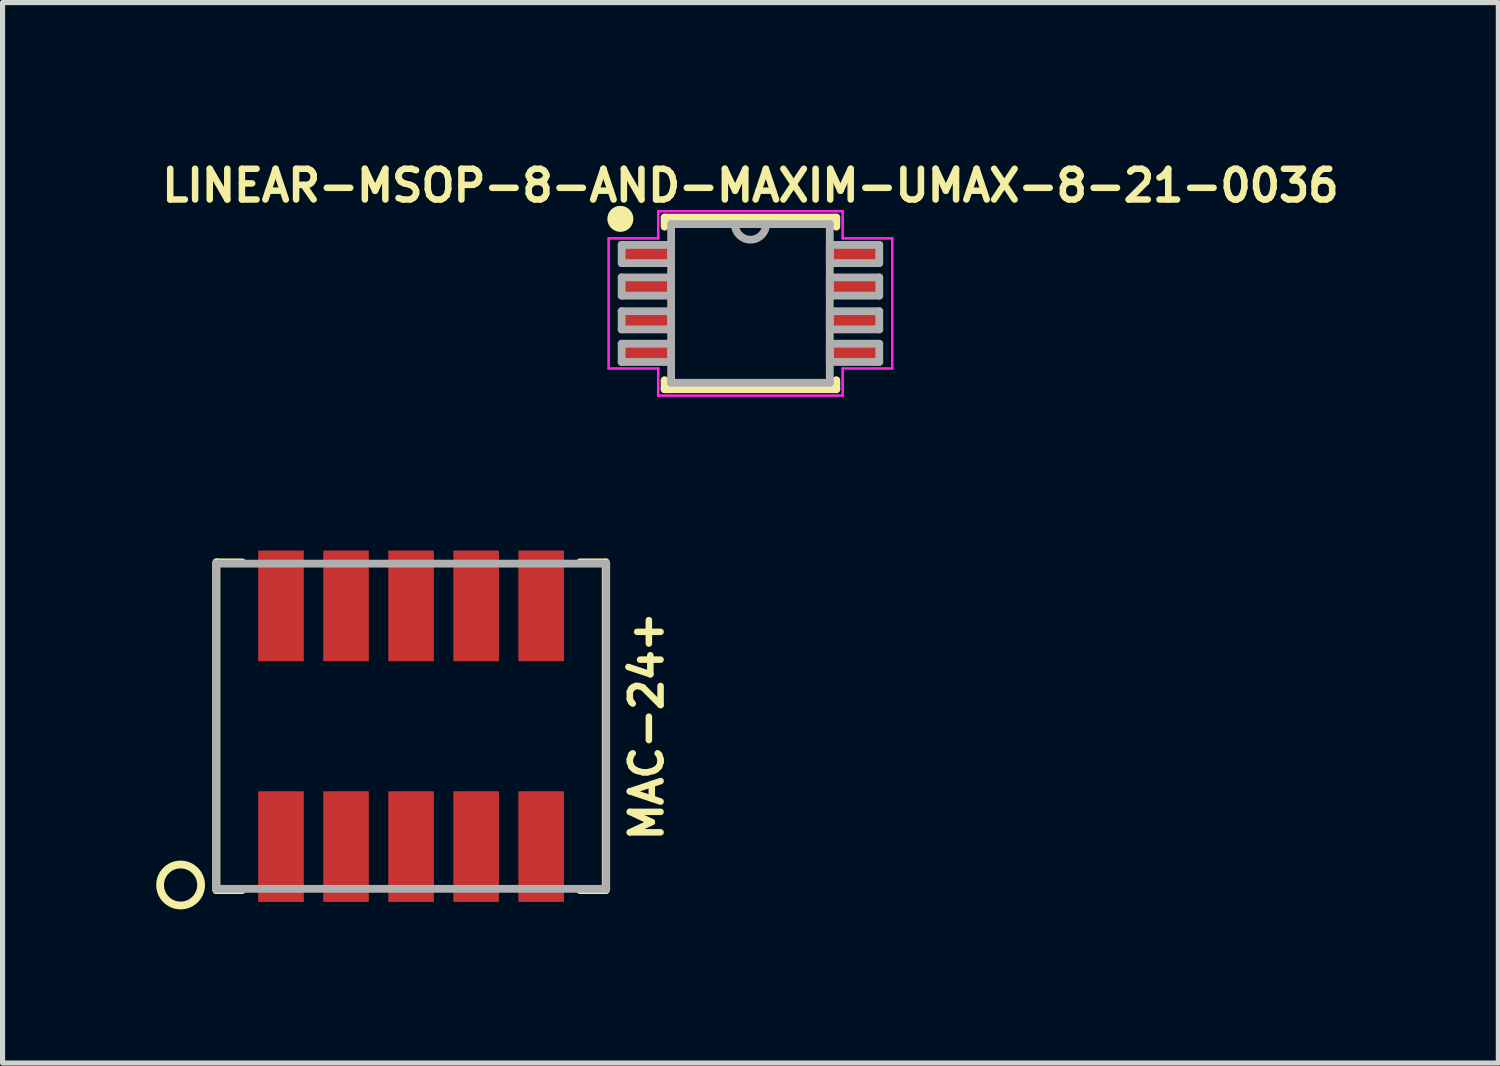
<source format=kicad_pcb>
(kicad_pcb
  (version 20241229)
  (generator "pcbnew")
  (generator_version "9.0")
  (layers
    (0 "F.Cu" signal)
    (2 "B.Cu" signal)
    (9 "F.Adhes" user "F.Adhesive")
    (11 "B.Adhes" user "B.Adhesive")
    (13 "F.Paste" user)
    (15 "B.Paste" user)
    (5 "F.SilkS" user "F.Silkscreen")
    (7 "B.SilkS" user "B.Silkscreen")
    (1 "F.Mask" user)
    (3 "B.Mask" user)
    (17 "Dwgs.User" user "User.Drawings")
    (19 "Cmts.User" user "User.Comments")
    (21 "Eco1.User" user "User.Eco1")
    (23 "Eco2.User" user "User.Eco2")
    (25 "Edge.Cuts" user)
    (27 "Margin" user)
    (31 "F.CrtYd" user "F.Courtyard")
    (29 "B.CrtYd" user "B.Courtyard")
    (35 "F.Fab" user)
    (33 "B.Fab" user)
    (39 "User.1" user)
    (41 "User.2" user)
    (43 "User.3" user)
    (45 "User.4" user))
  (footprint "LINEAR-MSOP-8-AND-MAXIM-UMAX-8-21-0036"
    (layer "F.Cu")
    (at 11.602 2.874)
    (property "Reference" "LINEAR-MSOP-8-AND-MAXIM-UMAX-8-21-0036" (at 0 -2.3 0) (layer "F.SilkS") (effects (font (size 0.6 0.6) (thickness 0.127) (bold yes))))
    (fp_line (start -1.676 -1.676) (end -1.676 -1.499) (stroke (width 0.152) (type solid)) (layer "F.SilkS"))
    (fp_line (start -1.676 1.499) (end -1.676 1.676) (stroke (width 0.152) (type solid)) (layer "F.SilkS"))
    (fp_line (start -1.676 1.676) (end 1.676 1.676) (stroke (width 0.152) (type solid)) (layer "F.SilkS"))
    (fp_line (start 1.676 -1.676) (end -1.676 -1.676) (stroke (width 0.152) (type solid)) (layer "F.SilkS"))
    (fp_line (start 1.676 -1.499) (end 1.676 -1.676) (stroke (width 0.152) (type solid)) (layer "F.SilkS"))
    (fp_line (start 1.676 1.676) (end 1.676 1.499) (stroke (width 0.152) (type solid)) (layer "F.SilkS"))
    (fp_circle (center -2.54 -1.651) (end -2.413 -1.651) (stroke (width 0.254) (type solid)) (fill yes) (layer "F.SilkS"))
    (fp_line (start -2.769 -1.27) (end -1.8 -1.27) (stroke (width 0.05) (type solid)) (layer "F.CrtYd"))
    (fp_line (start -2.769 1.27) (end -2.769 -1.27) (stroke (width 0.05) (type solid)) (layer "F.CrtYd"))
    (fp_line (start -2.769 1.27) (end -1.8 1.27) (stroke (width 0.05) (type solid)) (layer "F.CrtYd"))
    (fp_line (start -1.8 -1.8) (end 1.8 -1.8) (stroke (width 0.05) (type solid)) (layer "F.CrtYd"))
    (fp_line (start -1.8 -1.27) (end -1.8 -1.8) (stroke (width 0.05) (type solid)) (layer "F.CrtYd"))
    (fp_line (start -1.8 1.8) (end -1.8 1.27) (stroke (width 0.05) (type solid)) (layer "F.CrtYd"))
    (fp_line (start 1.8 -1.8) (end 1.8 -1.27) (stroke (width 0.05) (type solid)) (layer "F.CrtYd"))
    (fp_line (start 1.8 1.27) (end 1.8 1.8) (stroke (width 0.05) (type solid)) (layer "F.CrtYd"))
    (fp_line (start 1.8 1.8) (end -1.8 1.8) (stroke (width 0.05) (type solid)) (layer "F.CrtYd"))
    (fp_line (start 2.769 -1.27) (end 1.8 -1.27) (stroke (width 0.05) (type solid)) (layer "F.CrtYd"))
    (fp_line (start 2.769 -1.27) (end 2.769 1.27) (stroke (width 0.05) (type solid)) (layer "F.CrtYd"))
    (fp_line (start 2.769 1.27) (end 1.8 1.27) (stroke (width 0.05) (type solid)) (layer "F.CrtYd"))
    (fp_line (start -2.515 -1.143) (end -2.515 -0.787) (stroke (width 0.152) (type solid)) (layer "F.Fab"))
    (fp_line (start -2.515 -0.787) (end -1.549 -0.787) (stroke (width 0.152) (type solid)) (layer "F.Fab"))
    (fp_line (start -2.515 -0.508) (end -2.515 -0.152) (stroke (width 0.152) (type solid)) (layer "F.Fab"))
    (fp_line (start -2.515 -0.152) (end -1.549 -0.152) (stroke (width 0.152) (type solid)) (layer "F.Fab"))
    (fp_line (start -2.515 0.152) (end -2.515 0.508) (stroke (width 0.152) (type solid)) (layer "F.Fab"))
    (fp_line (start -2.515 0.508) (end -1.549 0.508) (stroke (width 0.152) (type solid)) (layer "F.Fab"))
    (fp_line (start -2.515 0.787) (end -2.515 1.143) (stroke (width 0.152) (type solid)) (layer "F.Fab"))
    (fp_line (start -2.515 1.143) (end -1.549 1.143) (stroke (width 0.152) (type solid)) (layer "F.Fab"))
    (fp_line (start -1.549 -1.549) (end -1.549 1.549) (stroke (width 0.152) (type solid)) (layer "F.Fab"))
    (fp_line (start -1.549 -1.143) (end -2.515 -1.143) (stroke (width 0.152) (type solid)) (layer "F.Fab"))
    (fp_line (start -1.549 -0.787) (end -1.549 -1.143) (stroke (width 0.152) (type solid)) (layer "F.Fab"))
    (fp_line (start -1.549 -0.508) (end -2.515 -0.508) (stroke (width 0.152) (type solid)) (layer "F.Fab"))
    (fp_line (start -1.549 -0.152) (end -1.549 -0.508) (stroke (width 0.152) (type solid)) (layer "F.Fab"))
    (fp_line (start -1.549 0.152) (end -2.515 0.152) (stroke (width 0.152) (type solid)) (layer "F.Fab"))
    (fp_line (start -1.549 0.508) (end -1.549 0.152) (stroke (width 0.152) (type solid)) (layer "F.Fab"))
    (fp_line (start -1.549 0.787) (end -2.515 0.787) (stroke (width 0.152) (type solid)) (layer "F.Fab"))
    (fp_line (start -1.549 1.143) (end -1.549 0.787) (stroke (width 0.152) (type solid)) (layer "F.Fab"))
    (fp_line (start -1.549 1.549) (end 1.549 1.549) (stroke (width 0.152) (type solid)) (layer "F.Fab"))
    (fp_line (start -0.305 -1.549) (end -1.549 -1.549) (stroke (width 0.152) (type solid)) (layer "F.Fab"))
    (fp_line (start 0.305 -1.549) (end -0.305 -1.549) (stroke (width 0.152) (type solid)) (layer "F.Fab"))
    (fp_line (start 1.549 -1.549) (end 0.305 -1.549) (stroke (width 0.152) (type solid)) (layer "F.Fab"))
    (fp_line (start 1.549 -1.143) (end 1.549 -0.787) (stroke (width 0.152) (type solid)) (layer "F.Fab"))
    (fp_line (start 1.549 -0.787) (end 2.515 -0.787) (stroke (width 0.152) (type solid)) (layer "F.Fab"))
    (fp_line (start 1.549 -0.508) (end 1.549 -0.152) (stroke (width 0.152) (type solid)) (layer "F.Fab"))
    (fp_line (start 1.549 -0.152) (end 2.515 -0.152) (stroke (width 0.152) (type solid)) (layer "F.Fab"))
    (fp_line (start 1.549 0.152) (end 1.549 0.508) (stroke (width 0.152) (type solid)) (layer "F.Fab"))
    (fp_line (start 1.549 0.508) (end 2.515 0.508) (stroke (width 0.152) (type solid)) (layer "F.Fab"))
    (fp_line (start 1.549 0.787) (end 1.549 1.143) (stroke (width 0.152) (type solid)) (layer "F.Fab"))
    (fp_line (start 1.549 1.143) (end 2.515 1.143) (stroke (width 0.152) (type solid)) (layer "F.Fab"))
    (fp_line (start 1.549 1.549) (end 1.549 -1.549) (stroke (width 0.152) (type solid)) (layer "F.Fab"))
    (fp_line (start 2.515 -1.143) (end 1.549 -1.143) (stroke (width 0.152) (type solid)) (layer "F.Fab"))
    (fp_line (start 2.515 -0.787) (end 2.515 -1.143) (stroke (width 0.152) (type solid)) (layer "F.Fab"))
    (fp_line (start 2.515 -0.508) (end 1.549 -0.508) (stroke (width 0.152) (type solid)) (layer "F.Fab"))
    (fp_line (start 2.515 -0.152) (end 2.515 -0.508) (stroke (width 0.152) (type solid)) (layer "F.Fab"))
    (fp_line (start 2.515 0.152) (end 1.549 0.152) (stroke (width 0.152) (type solid)) (layer "F.Fab"))
    (fp_line (start 2.515 0.508) (end 2.515 0.152) (stroke (width 0.152) (type solid)) (layer "F.Fab"))
    (fp_line (start 2.515 0.787) (end 1.549 0.787) (stroke (width 0.152) (type solid)) (layer "F.Fab"))
    (fp_line (start 2.515 1.143) (end 2.515 0.787) (stroke (width 0.152) (type solid)) (layer "F.Fab"))
    (fp_arc (start 0.3048 -1.5494) (mid 0 -1.2446) (end -0.3048 -1.5494) (stroke (width 0.1524) (type solid)) (layer "F.Fab"))
    (pad "1" smd rect (at -2.05 -0.975) (size 0.9 0.42) (layers "F.Cu" "F.Mask" "F.Paste"))
    (pad "2" smd rect (at -2.05 -0.325) (size 0.9 0.42) (layers "F.Cu" "F.Mask" "F.Paste"))
    (pad "3" smd rect (at -2.05 0.325) (size 0.9 0.42) (layers "F.Cu" "F.Mask" "F.Paste"))
    (pad "4" smd rect (at -2.05 0.975) (size 0.9 0.42) (layers "F.Cu" "F.Mask" "F.Paste"))
    (pad "5" smd rect (at 2.05 0.975) (size 0.9 0.42) (layers "F.Cu" "F.Mask" "F.Paste"))
    (pad "6" smd rect (at 2.05 0.325) (size 0.9 0.42) (layers "F.Cu" "F.Mask" "F.Paste"))
    (pad "7" smd rect (at 2.05 -0.325) (size 0.9 0.42) (layers "F.Cu" "F.Mask" "F.Paste"))
    (pad "8" smd rect (at 2.05 -0.975) (size 0.9 0.42) (layers "F.Cu" "F.Mask" "F.Paste")))
  (footprint "MAC-24+"
    (layer "F.Cu")
    (at 4.976 11.129)
    (property "Reference" "MAC-24+" (at 4.6 0 90) (layer "F.SilkS") (effects (font (size 0.6 0.6) (thickness 0.127) (bold yes))))
    (fp_line (start -3.8 -3.2) (end -3.8 3.2) (stroke (width 0.152) (type solid)) (layer "F.SilkS"))
    (fp_line (start -3.8 3.2) (end -3.3 3.2) (stroke (width 0.152) (type solid)) (layer "F.SilkS"))
    (fp_line (start -3.3 -3.2) (end -3.8 -3.2) (stroke (width 0.152) (type solid)) (layer "F.SilkS"))
    (fp_line (start 3.3 -3.2) (end 3.8 -3.2) (stroke (width 0.152) (type solid)) (layer "F.SilkS"))
    (fp_line (start 3.8 -3.2) (end 3.8 3.2) (stroke (width 0.152) (type solid)) (layer "F.SilkS"))
    (fp_line (start 3.8 3.2) (end 3.3 3.2) (stroke (width 0.152) (type solid)) (layer "F.SilkS"))
    (fp_circle (center -4.5 3.1) (end -4.1 3.1) (stroke (width 0.152) (type solid)) (fill no) (layer "F.SilkS"))
    (fp_poly (pts (xy -2.85 -1.4) (xy -2.2 -1.4) (xy -2.2 -3.35) (xy -2.85 -3.35)) (stroke (width 0) (type default)) (fill yes) (layer "F.Paste"))
    (fp_poly (pts (xy -2.23 1.4) (xy -2.88 1.4) (xy -2.88 3.35) (xy -2.23 3.35)) (stroke (width 0) (type default)) (fill yes) (layer "F.Paste"))
    (fp_poly (pts (xy -1.58 -1.4) (xy -0.93 -1.4) (xy -0.93 -3.35) (xy -1.58 -3.35)) (stroke (width 0) (type default)) (fill yes) (layer "F.Paste"))
    (fp_poly (pts (xy -0.96 1.4) (xy -1.61 1.4) (xy -1.61 3.35) (xy -0.96 3.35)) (stroke (width 0) (type default)) (fill yes) (layer "F.Paste"))
    (fp_poly (pts (xy -0.31 -1.4) (xy 0.34 -1.4) (xy 0.34 -3.35) (xy -0.31 -3.35)) (stroke (width 0) (type default)) (fill yes) (layer "F.Paste"))
    (fp_poly (pts (xy 0.31 1.4) (xy -0.34 1.4) (xy -0.34 3.35) (xy 0.31 3.35)) (stroke (width 0) (type default)) (fill yes) (layer "F.Paste"))
    (fp_poly (pts (xy 0.96 -1.4) (xy 1.61 -1.4) (xy 1.61 -3.35) (xy 0.96 -3.35)) (stroke (width 0) (type default)) (fill yes) (layer "F.Paste"))
    (fp_poly (pts (xy 1.58 1.4) (xy 0.93 1.4) (xy 0.93 3.35) (xy 1.58 3.35)) (stroke (width 0) (type default)) (fill yes) (layer "F.Paste"))
    (fp_poly (pts (xy 2.23 -1.4) (xy 2.88 -1.4) (xy 2.88 -3.35) (xy 2.23 -3.35)) (stroke (width 0) (type default)) (fill yes) (layer "F.Paste"))
    (fp_poly (pts (xy 2.85 1.4) (xy 2.2 1.4) (xy 2.2 3.35) (xy 2.85 3.35)) (stroke (width 0) (type default)) (fill yes) (layer "F.Paste"))
    (fp_line (start -3.81 -3.175) (end 3.81 -3.175) (stroke (width 0.152) (type solid)) (layer "F.Fab"))
    (fp_line (start -3.81 3.175) (end -3.81 -3.175) (stroke (width 0.152) (type solid)) (layer "F.Fab"))
    (fp_line (start 3.81 -3.175) (end 3.81 3.175) (stroke (width 0.152) (type solid)) (layer "F.Fab"))
    (fp_line (start 3.81 3.175) (end -3.81 3.175) (stroke (width 0.152) (type solid)) (layer "F.Fab"))
    (pad "1" smd rect (at -2.54 2.35) (size 0.89 2.16) (layers "F.Cu" "F.Mask"))
    (pad "2" smd rect (at -1.27 2.35) (size 0.89 2.16) (layers "F.Cu" "F.Mask"))
    (pad "3" smd rect (at 0 2.35) (size 0.89 2.16) (layers "F.Cu" "F.Mask"))
    (pad "4" smd rect (at 1.27 2.35) (size 0.89 2.16) (layers "F.Cu" "F.Mask"))
    (pad "5" smd rect (at 2.54 2.35) (size 0.89 2.16) (layers "F.Cu" "F.Mask"))
    (pad "6" smd rect (at 2.54 -2.35 180) (size 0.89 2.16) (layers "F.Cu" "F.Mask"))
    (pad "7" smd rect (at 1.27 -2.35 180) (size 0.89 2.16) (layers "F.Cu" "F.Mask"))
    (pad "8" smd rect (at 0 -2.35 180) (size 0.89 2.16) (layers "F.Cu" "F.Mask"))
    (pad "9" smd rect (at -1.27 -2.35 180) (size 0.89 2.16) (layers "F.Cu" "F.Mask"))
    (pad "10" smd rect (at -2.54 -2.35 180) (size 0.89 2.16) (layers "F.Cu" "F.Mask")))
  (gr_rect
    (start -3 -3)
    (end 26.204 17.705)
    (stroke (width 0.1) (type default))
    (fill no)
    (layer "Edge.Cuts")))
</source>
